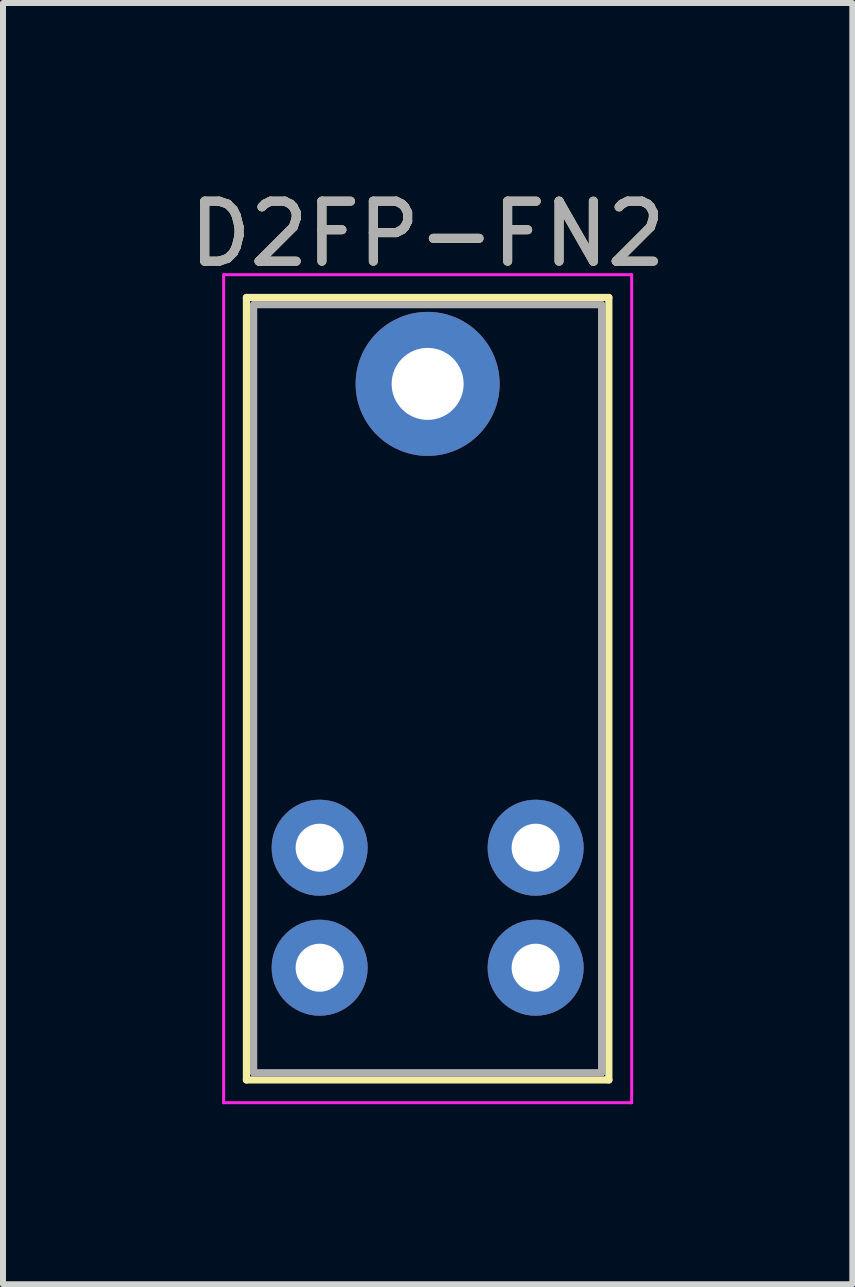
<source format=kicad_pcb>
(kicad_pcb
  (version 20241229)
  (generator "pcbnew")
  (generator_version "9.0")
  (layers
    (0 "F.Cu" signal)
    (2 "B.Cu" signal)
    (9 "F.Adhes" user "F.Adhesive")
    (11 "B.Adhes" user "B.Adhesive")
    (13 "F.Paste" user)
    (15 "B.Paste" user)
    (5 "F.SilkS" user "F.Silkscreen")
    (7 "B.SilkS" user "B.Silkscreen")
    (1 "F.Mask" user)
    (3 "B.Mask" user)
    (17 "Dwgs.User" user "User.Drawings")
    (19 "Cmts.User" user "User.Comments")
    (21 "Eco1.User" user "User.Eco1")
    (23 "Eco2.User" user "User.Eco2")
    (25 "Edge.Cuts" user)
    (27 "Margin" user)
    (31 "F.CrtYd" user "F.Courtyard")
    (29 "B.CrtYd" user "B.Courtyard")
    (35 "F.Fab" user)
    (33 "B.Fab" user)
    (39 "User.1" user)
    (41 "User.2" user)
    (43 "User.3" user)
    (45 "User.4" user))
  (footprint "D2FP-FN2"
    (layer "F.Cu")
    (at 4.077 3.348)
    (property "Reference" "D2FP-FN2" (at 0 -2.5 0) (layer "F.SilkS") (effects (font (size 1 1) (thickness 0.15))))
    (attr through_hole)
    (fp_line (start -3.02 -1.44) (end -3.02 11.6) (stroke (width 0.12) (type solid)) (layer "F.SilkS"))
    (fp_line (start -3.02 -1.44) (end 3.02 -1.44) (stroke (width 0.12) (type solid)) (layer "F.SilkS"))
    (fp_line (start 3.02 -1.44) (end 3.02 11.6) (stroke (width 0.12) (type solid)) (layer "F.SilkS"))
    (fp_line (start 3.02 11.6) (end -3.02 11.6) (stroke (width 0.12) (type solid)) (layer "F.SilkS"))
    (fp_line (start -3.4 -1.82) (end -3.4 11.98) (stroke (width 0.05) (type solid)) (layer "F.CrtYd"))
    (fp_line (start -3.4 -1.82) (end 3.4 -1.82) (stroke (width 0.05) (type solid)) (layer "F.CrtYd"))
    (fp_line (start 3.4 11.98) (end -3.4 11.98) (stroke (width 0.05) (type solid)) (layer "F.CrtYd"))
    (fp_line (start 3.4 11.98) (end 3.4 -1.82) (stroke (width 0.05) (type solid)) (layer "F.CrtYd"))
    (fp_line (start -2.9 -1.32) (end 2.9 -1.32) (stroke (width 0.12) (type solid)) (layer "F.Fab"))
    (fp_line (start -2.9 11.48) (end -2.9 -1.32) (stroke (width 0.12) (type solid)) (layer "F.Fab"))
    (fp_line (start 2.9 -1.32) (end 2.9 11.48) (stroke (width 0.12) (type solid)) (layer "F.Fab"))
    (fp_line (start 2.9 11.48) (end -2.9 11.48) (stroke (width 0.12) (type solid)) (layer "F.Fab"))
    (fp_text user "${REFERENCE}" (at 0 -2.5 0) (layer "F.Fab") (effects (font (size 1 1) (thickness 0.15))))
    (pad "1" thru_hole circle (at -1.8 9.73) (size 1.6 1.6) (drill 0.8) (layers "*.Cu" "*.Mask"))
    (pad "2" thru_hole circle (at -1.8 7.73) (size 1.6 1.6) (drill 0.8) (layers "*.Cu" "*.Mask"))
    (pad "3" thru_hole circle (at 1.8 7.73) (size 1.6 1.6) (drill 0.8) (layers "*.Cu" "*.Mask"))
    (pad "4" thru_hole circle (at 1.8 9.73) (size 1.6 1.6) (drill 0.8) (layers "*.Cu" "*.Mask"))
    (pad "5" thru_hole circle (at 0 0) (size 2.4 2.4) (drill 1.2) (layers "*.Cu" "*.Mask")))
  (gr_rect
    (start -3 -3)
    (end 11.155 18.353)
    (stroke (width 0.1) (type default))
    (fill no)
    (layer "Edge.Cuts")))
</source>
